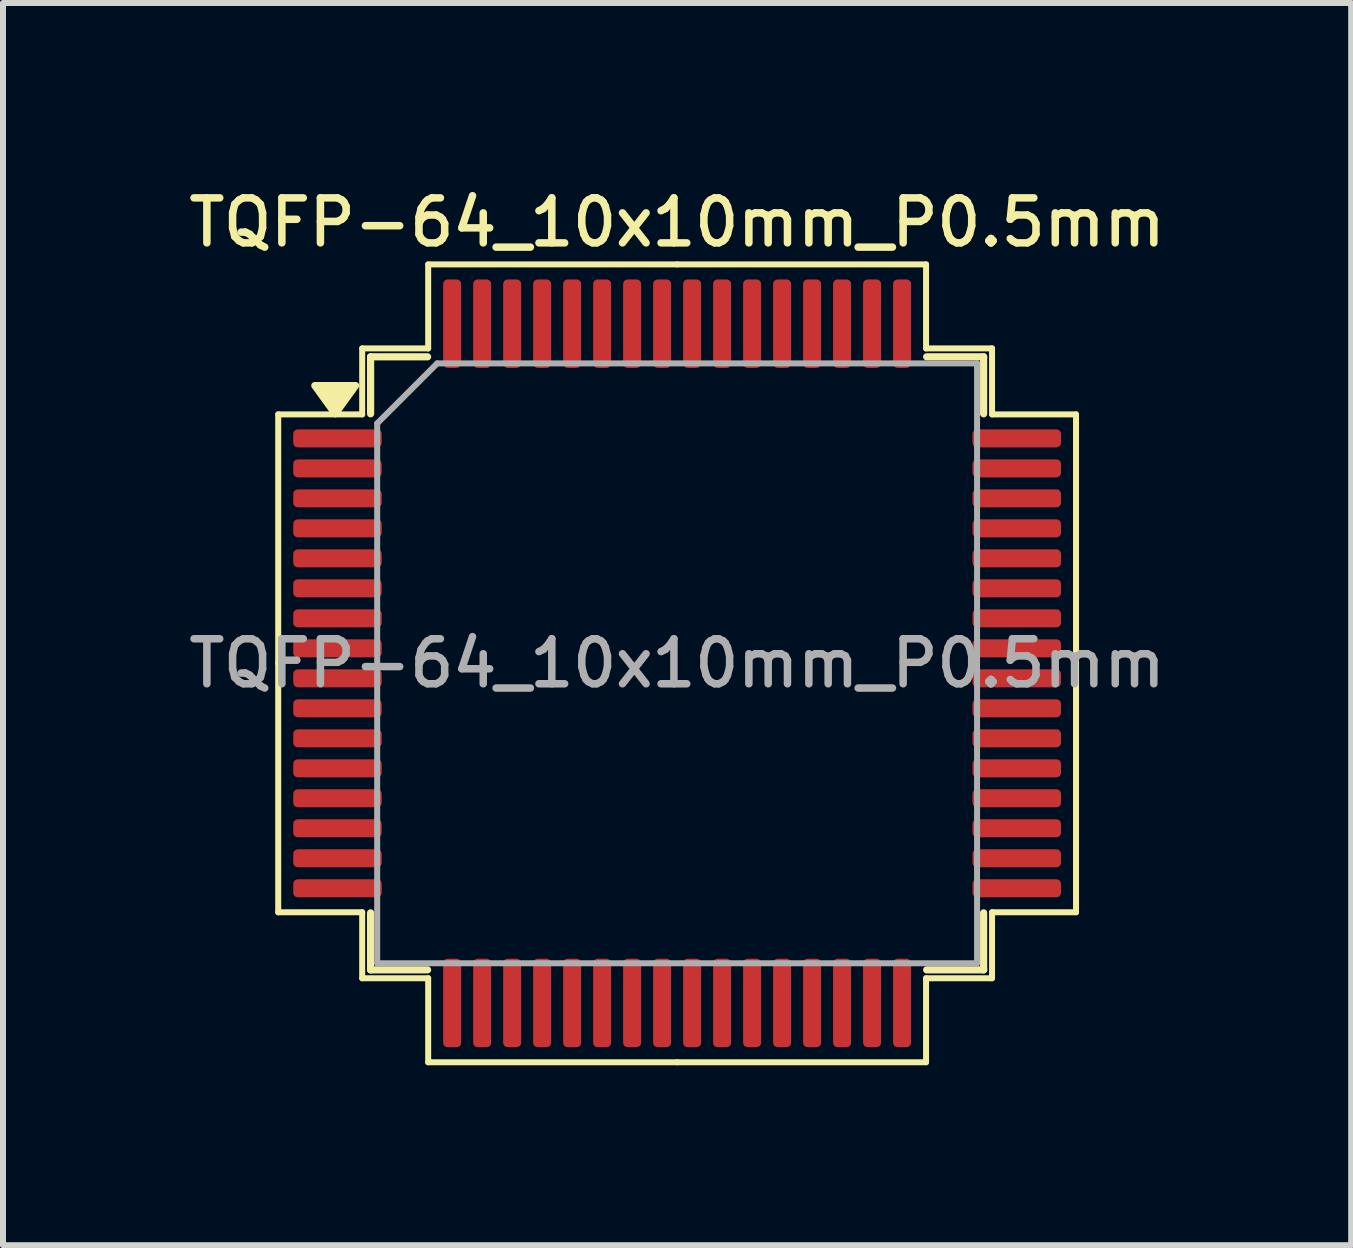
<source format=kicad_pcb>
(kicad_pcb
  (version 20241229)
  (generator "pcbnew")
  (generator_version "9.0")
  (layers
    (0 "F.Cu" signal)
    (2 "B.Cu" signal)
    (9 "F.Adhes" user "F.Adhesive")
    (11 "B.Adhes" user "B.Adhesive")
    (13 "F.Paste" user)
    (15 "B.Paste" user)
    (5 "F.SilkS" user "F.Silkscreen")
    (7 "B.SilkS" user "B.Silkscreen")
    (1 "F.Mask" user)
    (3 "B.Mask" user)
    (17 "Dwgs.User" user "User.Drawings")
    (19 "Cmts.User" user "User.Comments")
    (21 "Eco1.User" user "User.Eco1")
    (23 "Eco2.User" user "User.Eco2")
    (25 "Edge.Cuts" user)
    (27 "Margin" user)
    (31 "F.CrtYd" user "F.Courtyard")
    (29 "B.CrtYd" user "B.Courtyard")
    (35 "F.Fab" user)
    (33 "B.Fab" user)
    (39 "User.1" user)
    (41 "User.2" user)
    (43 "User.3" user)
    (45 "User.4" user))
  (footprint "TQFP-64_10x10mm_P0.5mm"
    (layer "F.Cu")
    (at 8.238 8.008)
    (property "Reference" "TQFP-64_10x10mm_P0.5mm" (at 0 -7.35 0) (layer "F.SilkS") (effects (font (size 0.75 0.75) (thickness 0.125))))
    (attr smd)
    (fp_line (start -6.65 -4.15) (end -6.65 0) (stroke (width 0.1) (type solid)) (layer "F.SilkS"))
    (fp_line (start -6.65 4.15) (end -6.65 0) (stroke (width 0.1) (type solid)) (layer "F.SilkS"))
    (fp_line (start -5.25 -5.25) (end -5.25 -4.15) (stroke (width 0.1) (type solid)) (layer "F.SilkS"))
    (fp_line (start -5.25 -4.15) (end -6.65 -4.15) (stroke (width 0.1) (type solid)) (layer "F.SilkS"))
    (fp_line (start -5.25 4.15) (end -6.65 4.15) (stroke (width 0.1) (type solid)) (layer "F.SilkS"))
    (fp_line (start -5.25 5.25) (end -5.25 4.15) (stroke (width 0.1) (type solid)) (layer "F.SilkS"))
    (fp_line (start -5.11 -5.11) (end -5.11 -4.16) (stroke (width 0.12) (type solid)) (layer "F.SilkS"))
    (fp_line (start -5.11 5.11) (end -5.11 4.16) (stroke (width 0.12) (type solid)) (layer "F.SilkS"))
    (fp_line (start -4.16 -5.11) (end -5.11 -5.11) (stroke (width 0.12) (type solid)) (layer "F.SilkS"))
    (fp_line (start -4.16 5.11) (end -5.11 5.11) (stroke (width 0.12) (type solid)) (layer "F.SilkS"))
    (fp_line (start -4.15 -6.65) (end -4.15 -5.25) (stroke (width 0.1) (type solid)) (layer "F.SilkS"))
    (fp_line (start -4.15 -5.25) (end -5.25 -5.25) (stroke (width 0.1) (type solid)) (layer "F.SilkS"))
    (fp_line (start -4.15 5.25) (end -5.25 5.25) (stroke (width 0.1) (type solid)) (layer "F.SilkS"))
    (fp_line (start -4.15 6.65) (end -4.15 5.25) (stroke (width 0.1) (type solid)) (layer "F.SilkS"))
    (fp_line (start 0 -6.65) (end -4.15 -6.65) (stroke (width 0.1) (type solid)) (layer "F.SilkS"))
    (fp_line (start 0 -6.65) (end 4.15 -6.65) (stroke (width 0.1) (type solid)) (layer "F.SilkS"))
    (fp_line (start 0 6.65) (end -4.15 6.65) (stroke (width 0.1) (type solid)) (layer "F.SilkS"))
    (fp_line (start 0 6.65) (end 4.15 6.65) (stroke (width 0.1) (type solid)) (layer "F.SilkS"))
    (fp_line (start 4.15 -6.65) (end 4.15 -5.25) (stroke (width 0.1) (type solid)) (layer "F.SilkS"))
    (fp_line (start 4.15 -5.25) (end 5.25 -5.25) (stroke (width 0.1) (type solid)) (layer "F.SilkS"))
    (fp_line (start 4.15 5.25) (end 5.25 5.25) (stroke (width 0.1) (type solid)) (layer "F.SilkS"))
    (fp_line (start 4.15 6.65) (end 4.15 5.25) (stroke (width 0.1) (type solid)) (layer "F.SilkS"))
    (fp_line (start 4.16 -5.11) (end 5.11 -5.11) (stroke (width 0.12) (type solid)) (layer "F.SilkS"))
    (fp_line (start 4.16 5.11) (end 5.11 5.11) (stroke (width 0.12) (type solid)) (layer "F.SilkS"))
    (fp_line (start 5.11 -5.11) (end 5.11 -4.16) (stroke (width 0.12) (type solid)) (layer "F.SilkS"))
    (fp_line (start 5.11 5.11) (end 5.11 4.16) (stroke (width 0.12) (type solid)) (layer "F.SilkS"))
    (fp_line (start 5.25 -5.25) (end 5.25 -4.15) (stroke (width 0.1) (type solid)) (layer "F.SilkS"))
    (fp_line (start 5.25 -4.15) (end 6.65 -4.15) (stroke (width 0.1) (type solid)) (layer "F.SilkS"))
    (fp_line (start 5.25 4.15) (end 6.65 4.15) (stroke (width 0.1) (type solid)) (layer "F.SilkS"))
    (fp_line (start 5.25 5.25) (end 5.25 4.15) (stroke (width 0.1) (type solid)) (layer "F.SilkS"))
    (fp_line (start 6.65 -4.15) (end 6.65 0) (stroke (width 0.1) (type solid)) (layer "F.SilkS"))
    (fp_line (start 6.65 4.15) (end 6.65 0) (stroke (width 0.1) (type solid)) (layer "F.SilkS"))
    (fp_poly (pts (xy -5.7 -4.16) (xy -6.04 -4.63) (xy -5.36 -4.63) (xy -5.7 -4.16)) (stroke (width 0.12) (type solid)) (fill yes) (layer "F.SilkS"))
    (fp_line (start -5 -4) (end -4 -5) (stroke (width 0.1) (type solid)) (layer "F.Fab"))
    (fp_line (start -5 5) (end -5 -4) (stroke (width 0.1) (type solid)) (layer "F.Fab"))
    (fp_line (start -4 -5) (end 5 -5) (stroke (width 0.1) (type solid)) (layer "F.Fab"))
    (fp_line (start 5 -5) (end 5 5) (stroke (width 0.1) (type solid)) (layer "F.Fab"))
    (fp_line (start 5 5) (end -5 5) (stroke (width 0.1) (type solid)) (layer "F.Fab"))
    (fp_text user "${REFERENCE}" (at 0 0 0) (layer "F.Fab") (effects (font (size 0.75 0.75) (thickness 0.125))))
    (pad "1" smd roundrect (at -5.662 -3.75) (size 1.475 0.3) (layers "F.Cu" "F.Mask" "F.Paste") (roundrect_rratio 0.25))
    (pad "2" smd roundrect (at -5.662 -3.25) (size 1.475 0.3) (layers "F.Cu" "F.Mask" "F.Paste") (roundrect_rratio 0.25))
    (pad "3" smd roundrect (at -5.662 -2.75) (size 1.475 0.3) (layers "F.Cu" "F.Mask" "F.Paste") (roundrect_rratio 0.25))
    (pad "4" smd roundrect (at -5.662 -2.25) (size 1.475 0.3) (layers "F.Cu" "F.Mask" "F.Paste") (roundrect_rratio 0.25))
    (pad "5" smd roundrect (at -5.662 -1.75) (size 1.475 0.3) (layers "F.Cu" "F.Mask" "F.Paste") (roundrect_rratio 0.25))
    (pad "6" smd roundrect (at -5.662 -1.25) (size 1.475 0.3) (layers "F.Cu" "F.Mask" "F.Paste") (roundrect_rratio 0.25))
    (pad "7" smd roundrect (at -5.662 -0.75) (size 1.475 0.3) (layers "F.Cu" "F.Mask" "F.Paste") (roundrect_rratio 0.25))
    (pad "8" smd roundrect (at -5.662 -0.25) (size 1.475 0.3) (layers "F.Cu" "F.Mask" "F.Paste") (roundrect_rratio 0.25))
    (pad "9" smd roundrect (at -5.662 0.25) (size 1.475 0.3) (layers "F.Cu" "F.Mask" "F.Paste") (roundrect_rratio 0.25))
    (pad "10" smd roundrect (at -5.662 0.75) (size 1.475 0.3) (layers "F.Cu" "F.Mask" "F.Paste") (roundrect_rratio 0.25))
    (pad "11" smd roundrect (at -5.662 1.25) (size 1.475 0.3) (layers "F.Cu" "F.Mask" "F.Paste") (roundrect_rratio 0.25))
    (pad "12" smd roundrect (at -5.662 1.75) (size 1.475 0.3) (layers "F.Cu" "F.Mask" "F.Paste") (roundrect_rratio 0.25))
    (pad "13" smd roundrect (at -5.662 2.25) (size 1.475 0.3) (layers "F.Cu" "F.Mask" "F.Paste") (roundrect_rratio 0.25))
    (pad "14" smd roundrect (at -5.662 2.75) (size 1.475 0.3) (layers "F.Cu" "F.Mask" "F.Paste") (roundrect_rratio 0.25))
    (pad "15" smd roundrect (at -5.662 3.25) (size 1.475 0.3) (layers "F.Cu" "F.Mask" "F.Paste") (roundrect_rratio 0.25))
    (pad "16" smd roundrect (at -5.662 3.75) (size 1.475 0.3) (layers "F.Cu" "F.Mask" "F.Paste") (roundrect_rratio 0.25))
    (pad "17" smd roundrect (at -3.75 5.662) (size 0.3 1.475) (layers "F.Cu" "F.Mask" "F.Paste") (roundrect_rratio 0.25))
    (pad "18" smd roundrect (at -3.25 5.662) (size 0.3 1.475) (layers "F.Cu" "F.Mask" "F.Paste") (roundrect_rratio 0.25))
    (pad "19" smd roundrect (at -2.75 5.662) (size 0.3 1.475) (layers "F.Cu" "F.Mask" "F.Paste") (roundrect_rratio 0.25))
    (pad "20" smd roundrect (at -2.25 5.662) (size 0.3 1.475) (layers "F.Cu" "F.Mask" "F.Paste") (roundrect_rratio 0.25))
    (pad "21" smd roundrect (at -1.75 5.662) (size 0.3 1.475) (layers "F.Cu" "F.Mask" "F.Paste") (roundrect_rratio 0.25))
    (pad "22" smd roundrect (at -1.25 5.662) (size 0.3 1.475) (layers "F.Cu" "F.Mask" "F.Paste") (roundrect_rratio 0.25))
    (pad "23" smd roundrect (at -0.75 5.662) (size 0.3 1.475) (layers "F.Cu" "F.Mask" "F.Paste") (roundrect_rratio 0.25))
    (pad "24" smd roundrect (at -0.25 5.662) (size 0.3 1.475) (layers "F.Cu" "F.Mask" "F.Paste") (roundrect_rratio 0.25))
    (pad "25" smd roundrect (at 0.25 5.662) (size 0.3 1.475) (layers "F.Cu" "F.Mask" "F.Paste") (roundrect_rratio 0.25))
    (pad "26" smd roundrect (at 0.75 5.662) (size 0.3 1.475) (layers "F.Cu" "F.Mask" "F.Paste") (roundrect_rratio 0.25))
    (pad "27" smd roundrect (at 1.25 5.662) (size 0.3 1.475) (layers "F.Cu" "F.Mask" "F.Paste") (roundrect_rratio 0.25))
    (pad "28" smd roundrect (at 1.75 5.662) (size 0.3 1.475) (layers "F.Cu" "F.Mask" "F.Paste") (roundrect_rratio 0.25))
    (pad "29" smd roundrect (at 2.25 5.662) (size 0.3 1.475) (layers "F.Cu" "F.Mask" "F.Paste") (roundrect_rratio 0.25))
    (pad "30" smd roundrect (at 2.75 5.662) (size 0.3 1.475) (layers "F.Cu" "F.Mask" "F.Paste") (roundrect_rratio 0.25))
    (pad "31" smd roundrect (at 3.25 5.662) (size 0.3 1.475) (layers "F.Cu" "F.Mask" "F.Paste") (roundrect_rratio 0.25))
    (pad "32" smd roundrect (at 3.75 5.662) (size 0.3 1.475) (layers "F.Cu" "F.Mask" "F.Paste") (roundrect_rratio 0.25))
    (pad "33" smd roundrect (at 5.662 3.75) (size 1.475 0.3) (layers "F.Cu" "F.Mask" "F.Paste") (roundrect_rratio 0.25))
    (pad "34" smd roundrect (at 5.662 3.25) (size 1.475 0.3) (layers "F.Cu" "F.Mask" "F.Paste") (roundrect_rratio 0.25))
    (pad "35" smd roundrect (at 5.662 2.75) (size 1.475 0.3) (layers "F.Cu" "F.Mask" "F.Paste") (roundrect_rratio 0.25))
    (pad "36" smd roundrect (at 5.662 2.25) (size 1.475 0.3) (layers "F.Cu" "F.Mask" "F.Paste") (roundrect_rratio 0.25))
    (pad "37" smd roundrect (at 5.662 1.75) (size 1.475 0.3) (layers "F.Cu" "F.Mask" "F.Paste") (roundrect_rratio 0.25))
    (pad "38" smd roundrect (at 5.662 1.25) (size 1.475 0.3) (layers "F.Cu" "F.Mask" "F.Paste") (roundrect_rratio 0.25))
    (pad "39" smd roundrect (at 5.662 0.75) (size 1.475 0.3) (layers "F.Cu" "F.Mask" "F.Paste") (roundrect_rratio 0.25))
    (pad "40" smd roundrect (at 5.662 0.25) (size 1.475 0.3) (layers "F.Cu" "F.Mask" "F.Paste") (roundrect_rratio 0.25))
    (pad "41" smd roundrect (at 5.662 -0.25) (size 1.475 0.3) (layers "F.Cu" "F.Mask" "F.Paste") (roundrect_rratio 0.25))
    (pad "42" smd roundrect (at 5.662 -0.75) (size 1.475 0.3) (layers "F.Cu" "F.Mask" "F.Paste") (roundrect_rratio 0.25))
    (pad "43" smd roundrect (at 5.662 -1.25) (size 1.475 0.3) (layers "F.Cu" "F.Mask" "F.Paste") (roundrect_rratio 0.25))
    (pad "44" smd roundrect (at 5.662 -1.75) (size 1.475 0.3) (layers "F.Cu" "F.Mask" "F.Paste") (roundrect_rratio 0.25))
    (pad "45" smd roundrect (at 5.662 -2.25) (size 1.475 0.3) (layers "F.Cu" "F.Mask" "F.Paste") (roundrect_rratio 0.25))
    (pad "46" smd roundrect (at 5.662 -2.75) (size 1.475 0.3) (layers "F.Cu" "F.Mask" "F.Paste") (roundrect_rratio 0.25))
    (pad "47" smd roundrect (at 5.662 -3.25) (size 1.475 0.3) (layers "F.Cu" "F.Mask" "F.Paste") (roundrect_rratio 0.25))
    (pad "48" smd roundrect (at 5.662 -3.75) (size 1.475 0.3) (layers "F.Cu" "F.Mask" "F.Paste") (roundrect_rratio 0.25))
    (pad "49" smd roundrect (at 3.75 -5.662) (size 0.3 1.475) (layers "F.Cu" "F.Mask" "F.Paste") (roundrect_rratio 0.25))
    (pad "50" smd roundrect (at 3.25 -5.662) (size 0.3 1.475) (layers "F.Cu" "F.Mask" "F.Paste") (roundrect_rratio 0.25))
    (pad "51" smd roundrect (at 2.75 -5.662) (size 0.3 1.475) (layers "F.Cu" "F.Mask" "F.Paste") (roundrect_rratio 0.25))
    (pad "52" smd roundrect (at 2.25 -5.662) (size 0.3 1.475) (layers "F.Cu" "F.Mask" "F.Paste") (roundrect_rratio 0.25))
    (pad "53" smd roundrect (at 1.75 -5.662) (size 0.3 1.475) (layers "F.Cu" "F.Mask" "F.Paste") (roundrect_rratio 0.25))
    (pad "54" smd roundrect (at 1.25 -5.662) (size 0.3 1.475) (layers "F.Cu" "F.Mask" "F.Paste") (roundrect_rratio 0.25))
    (pad "55" smd roundrect (at 0.75 -5.662) (size 0.3 1.475) (layers "F.Cu" "F.Mask" "F.Paste") (roundrect_rratio 0.25))
    (pad "56" smd roundrect (at 0.25 -5.662) (size 0.3 1.475) (layers "F.Cu" "F.Mask" "F.Paste") (roundrect_rratio 0.25))
    (pad "57" smd roundrect (at -0.25 -5.662) (size 0.3 1.475) (layers "F.Cu" "F.Mask" "F.Paste") (roundrect_rratio 0.25))
    (pad "58" smd roundrect (at -0.75 -5.662) (size 0.3 1.475) (layers "F.Cu" "F.Mask" "F.Paste") (roundrect_rratio 0.25))
    (pad "59" smd roundrect (at -1.25 -5.662) (size 0.3 1.475) (layers "F.Cu" "F.Mask" "F.Paste") (roundrect_rratio 0.25))
    (pad "60" smd roundrect (at -1.75 -5.662) (size 0.3 1.475) (layers "F.Cu" "F.Mask" "F.Paste") (roundrect_rratio 0.25))
    (pad "61" smd roundrect (at -2.25 -5.662) (size 0.3 1.475) (layers "F.Cu" "F.Mask" "F.Paste") (roundrect_rratio 0.25))
    (pad "62" smd roundrect (at -2.75 -5.662) (size 0.3 1.475) (layers "F.Cu" "F.Mask" "F.Paste") (roundrect_rratio 0.25))
    (pad "63" smd roundrect (at -3.25 -5.662) (size 0.3 1.475) (layers "F.Cu" "F.Mask" "F.Paste") (roundrect_rratio 0.25))
    (pad "64" smd roundrect (at -3.75 -5.662) (size 0.3 1.475) (layers "F.Cu" "F.Mask" "F.Paste") (roundrect_rratio 0.25)))
  (gr_rect
    (start -3 -3)
    (end 19.475 17.708)
    (stroke (width 0.1) (type default))
    (fill no)
    (layer "Edge.Cuts")))
</source>
